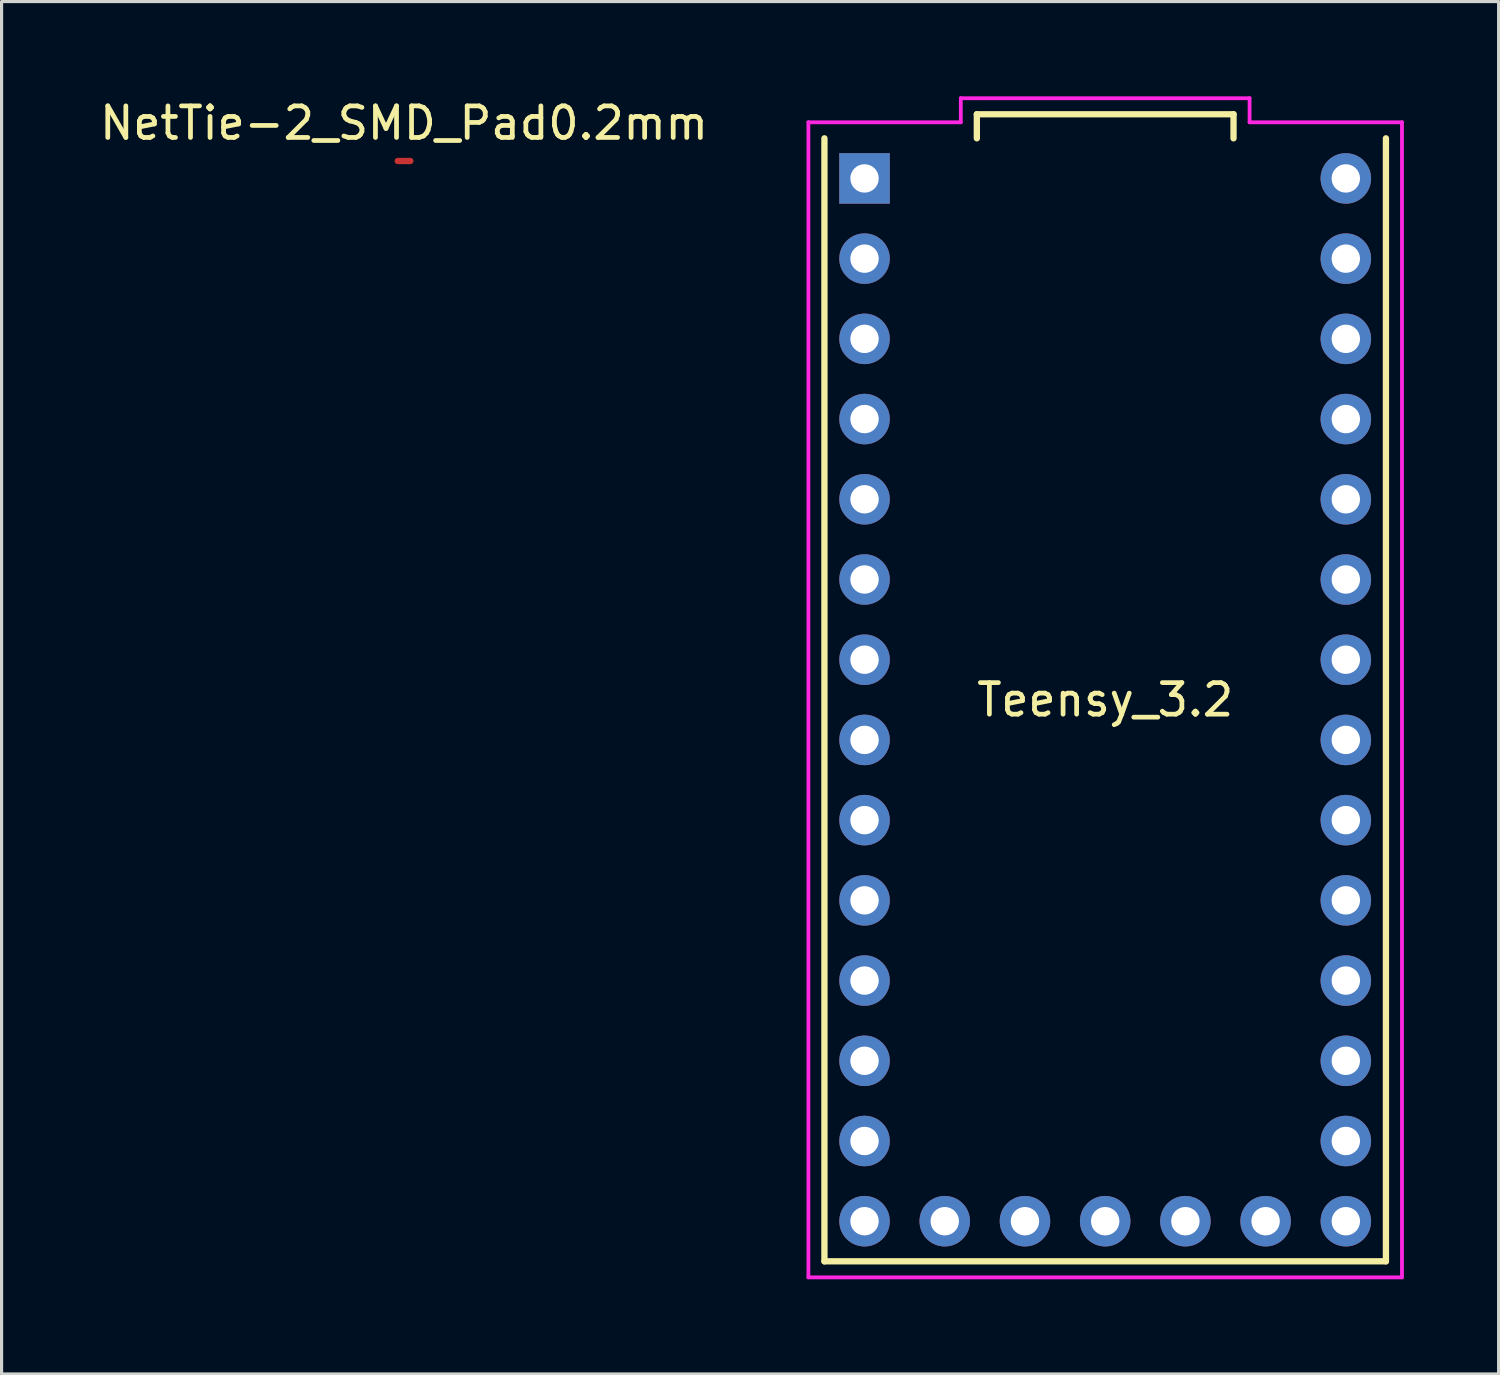
<source format=kicad_pcb>
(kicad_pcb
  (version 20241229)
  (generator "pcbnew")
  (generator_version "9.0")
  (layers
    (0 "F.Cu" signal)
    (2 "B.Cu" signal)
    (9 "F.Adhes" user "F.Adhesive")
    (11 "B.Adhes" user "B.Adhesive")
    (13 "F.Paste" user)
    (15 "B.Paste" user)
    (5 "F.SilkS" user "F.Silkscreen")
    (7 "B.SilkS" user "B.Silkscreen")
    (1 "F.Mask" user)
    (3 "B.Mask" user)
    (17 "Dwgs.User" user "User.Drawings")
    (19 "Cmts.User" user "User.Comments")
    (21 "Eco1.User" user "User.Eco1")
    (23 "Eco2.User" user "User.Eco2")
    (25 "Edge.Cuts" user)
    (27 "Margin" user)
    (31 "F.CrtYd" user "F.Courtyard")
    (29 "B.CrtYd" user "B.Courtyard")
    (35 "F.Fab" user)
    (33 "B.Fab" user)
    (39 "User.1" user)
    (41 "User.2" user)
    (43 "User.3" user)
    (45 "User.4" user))
  (footprint "NetTie-2_SMD_Pad0.2mm"
    (layer "F.Cu")
    (at 9.744 2.048)
    (property "Reference" "NetTie-2_SMD_Pad0.2mm" (at 0 -1.2 0) (layer "F.SilkS") (effects (font (size 1 1) (thickness 0.15))))
    (attr exclude_from_pos_files exclude_from_bom)
    (fp_poly (pts (xy -0.2 -0.1) (xy 0.2 -0.1) (xy 0.2 0.1) (xy -0.2 0.1)) (stroke (width 0) (type solid)) (fill yes) (layer "F.Cu"))
    (pad "1" smd circle (at -0.2 0) (size 0.2 0.2) (layers "F.Cu"))
    (pad "2" smd circle (at 0.2 0) (size 0.2 0.2) (layers "F.Cu")))
  (footprint "Teensy_3.2"
    (layer "F.Cu")
    (at 24.326 2.6)
    (property "Reference" "Teensy_3.2" (at 7.62 16.51 0) (unlocked yes) (layer "F.SilkS") (effects (font (size 1 1) (thickness 0.15))))
    (attr through_hole)
    (fp_line (start -1.27 -1.27) (end -1.27 34.29) (stroke (width 0.2) (type solid)) (layer "F.SilkS"))
    (fp_line (start -1.27 34.29) (end 16.51 34.29) (stroke (width 0.2) (type solid)) (layer "F.SilkS"))
    (fp_line (start 3.556 -2.032) (end 11.684 -2.032) (stroke (width 0.2) (type solid)) (layer "F.SilkS"))
    (fp_line (start 3.556 -1.27) (end 3.556 -2.032) (stroke (width 0.2) (type solid)) (layer "F.SilkS"))
    (fp_line (start 11.684 -2.032) (end 11.684 -1.27) (stroke (width 0.2) (type solid)) (layer "F.SilkS"))
    (fp_line (start 16.51 34.29) (end 16.51 -1.27) (stroke (width 0.2) (type solid)) (layer "F.SilkS"))
    (fp_line (start -1.778 -1.778) (end 3.048 -1.778) (stroke (width 0.12) (type solid)) (layer "F.CrtYd"))
    (fp_line (start -1.778 34.798) (end -1.778 -1.778) (stroke (width 0.12) (type solid)) (layer "F.CrtYd"))
    (fp_line (start 3.048 -2.54) (end 12.192 -2.54) (stroke (width 0.12) (type solid)) (layer "F.CrtYd"))
    (fp_line (start 3.048 -1.778) (end 3.048 -2.54) (stroke (width 0.12) (type solid)) (layer "F.CrtYd"))
    (fp_line (start 12.192 -2.54) (end 12.192 -1.778) (stroke (width 0.12) (type solid)) (layer "F.CrtYd"))
    (fp_line (start 12.192 -1.778) (end 17.018 -1.778) (stroke (width 0.12) (type solid)) (layer "F.CrtYd"))
    (fp_line (start 17.018 -1.778) (end 17.018 34.798) (stroke (width 0.12) (type solid)) (layer "F.CrtYd"))
    (fp_line (start 17.018 34.798) (end -1.778 34.798) (stroke (width 0.12) (type solid)) (layer "F.CrtYd"))
    (pad "1" thru_hole rect (at 0 0) (size 1.6 1.6) (drill 0.9) (layers "*.Cu" "*.Mask"))
    (pad "2" thru_hole circle (at 0 2.54) (size 1.6 1.6) (drill 0.9) (layers "*.Cu" "*.Mask"))
    (pad "3" thru_hole circle (at 0 5.08) (size 1.6 1.6) (drill 0.9) (layers "*.Cu" "*.Mask"))
    (pad "4" thru_hole circle (at 0 7.62) (size 1.6 1.6) (drill 0.9) (layers "*.Cu" "*.Mask"))
    (pad "5" thru_hole circle (at 0 10.16) (size 1.6 1.6) (drill 0.9) (layers "*.Cu" "*.Mask"))
    (pad "6" thru_hole circle (at 0 12.7) (size 1.6 1.6) (drill 0.9) (layers "*.Cu" "*.Mask"))
    (pad "7" thru_hole circle (at 0 15.24) (size 1.6 1.6) (drill 0.9) (layers "*.Cu" "*.Mask"))
    (pad "8" thru_hole circle (at 0 17.78) (size 1.6 1.6) (drill 0.9) (layers "*.Cu" "*.Mask"))
    (pad "9" thru_hole circle (at 0 20.32) (size 1.6 1.6) (drill 0.9) (layers "*.Cu" "*.Mask"))
    (pad "10" thru_hole circle (at 0 22.86) (size 1.6 1.6) (drill 0.9) (layers "*.Cu" "*.Mask"))
    (pad "11" thru_hole circle (at 0 25.4) (size 1.6 1.6) (drill 0.9) (layers "*.Cu" "*.Mask"))
    (pad "12" thru_hole circle (at 0 27.94) (size 1.6 1.6) (drill 0.9) (layers "*.Cu" "*.Mask"))
    (pad "13" thru_hole circle (at 0 30.48) (size 1.6 1.6) (drill 0.9) (layers "*.Cu" "*.Mask"))
    (pad "14" thru_hole circle (at 0 33.02) (size 1.6 1.6) (drill 0.9) (layers "*.Cu" "*.Mask"))
    (pad "15" thru_hole circle (at 2.54 33.02) (size 1.6 1.6) (drill 0.9) (layers "*.Cu" "*.Mask"))
    (pad "16" thru_hole circle (at 5.08 33.02) (size 1.6 1.6) (drill 0.9) (layers "*.Cu" "*.Mask"))
    (pad "17" thru_hole circle (at 7.62 33.02) (size 1.6 1.6) (drill 0.9) (layers "*.Cu" "*.Mask"))
    (pad "18" thru_hole circle (at 10.16 33.02) (size 1.6 1.6) (drill 0.9) (layers "*.Cu" "*.Mask"))
    (pad "19" thru_hole circle (at 12.7 33.02) (size 1.6 1.6) (drill 0.9) (layers "*.Cu" "*.Mask"))
    (pad "20" thru_hole circle (at 15.24 33.02) (size 1.6 1.6) (drill 0.9) (layers "*.Cu" "*.Mask"))
    (pad "21" thru_hole circle (at 15.24 30.48) (size 1.6 1.6) (drill 0.9) (layers "*.Cu" "*.Mask"))
    (pad "22" thru_hole circle (at 15.24 27.94) (size 1.6 1.6) (drill 0.9) (layers "*.Cu" "*.Mask"))
    (pad "23" thru_hole circle (at 15.24 25.4) (size 1.6 1.6) (drill 0.9) (layers "*.Cu" "*.Mask"))
    (pad "24" thru_hole circle (at 15.24 22.86) (size 1.6 1.6) (drill 0.9) (layers "*.Cu" "*.Mask"))
    (pad "25" thru_hole circle (at 15.24 20.32) (size 1.6 1.6) (drill 0.9) (layers "*.Cu" "*.Mask"))
    (pad "26" thru_hole circle (at 15.24 17.78) (size 1.6 1.6) (drill 0.9) (layers "*.Cu" "*.Mask"))
    (pad "27" thru_hole circle (at 15.24 15.24) (size 1.6 1.6) (drill 0.9) (layers "*.Cu" "*.Mask"))
    (pad "28" thru_hole circle (at 15.24 12.7) (size 1.6 1.6) (drill 0.9) (layers "*.Cu" "*.Mask"))
    (pad "29" thru_hole circle (at 15.24 10.16) (size 1.6 1.6) (drill 0.9) (layers "*.Cu" "*.Mask"))
    (pad "30" thru_hole circle (at 15.24 7.62) (size 1.6 1.6) (drill 0.9) (layers "*.Cu" "*.Mask"))
    (pad "31" thru_hole circle (at 15.24 5.08) (size 1.6 1.6) (drill 0.9) (layers "*.Cu" "*.Mask"))
    (pad "32" thru_hole circle (at 15.24 2.54) (size 1.6 1.6) (drill 0.9) (layers "*.Cu" "*.Mask"))
    (pad "33" thru_hole circle (at 15.24 0) (size 1.6 1.6) (drill 0.9) (layers "*.Cu" "*.Mask")))
  (gr_rect
    (start -3 -3)
    (end 44.404 40.458)
    (stroke (width 0.1) (type default))
    (fill no)
    (layer "Edge.Cuts")))
</source>
